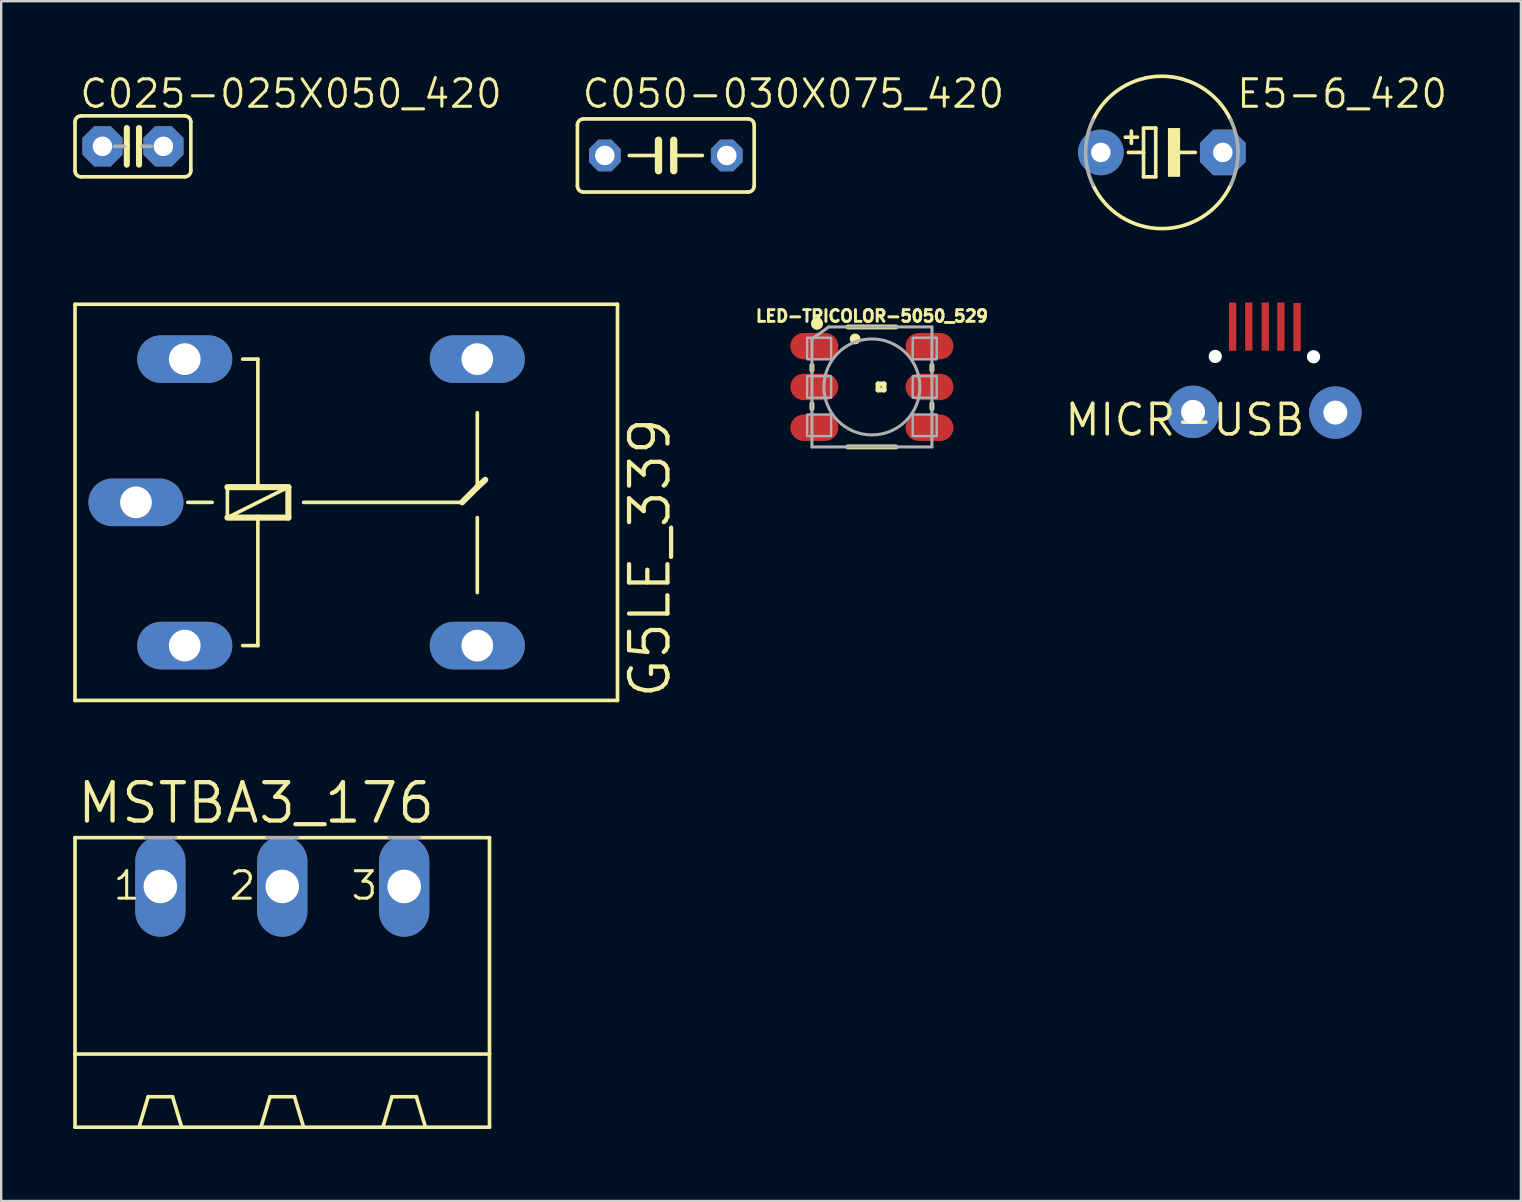
<source format=kicad_pcb>
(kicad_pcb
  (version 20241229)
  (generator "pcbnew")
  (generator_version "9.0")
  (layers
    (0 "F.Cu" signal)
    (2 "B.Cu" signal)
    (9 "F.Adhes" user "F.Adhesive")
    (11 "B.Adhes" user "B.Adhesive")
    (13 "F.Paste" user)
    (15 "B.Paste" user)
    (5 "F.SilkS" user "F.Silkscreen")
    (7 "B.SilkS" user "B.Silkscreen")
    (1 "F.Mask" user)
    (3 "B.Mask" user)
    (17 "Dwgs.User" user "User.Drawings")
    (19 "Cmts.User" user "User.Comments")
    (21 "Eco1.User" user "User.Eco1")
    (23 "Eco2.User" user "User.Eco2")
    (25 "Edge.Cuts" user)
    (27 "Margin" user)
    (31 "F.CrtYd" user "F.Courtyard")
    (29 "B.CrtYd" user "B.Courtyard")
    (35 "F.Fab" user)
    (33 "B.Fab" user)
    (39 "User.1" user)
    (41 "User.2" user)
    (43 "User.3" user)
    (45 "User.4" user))
  (footprint "E5-6_420"
    (layer "F.Cu")
    (at 45.365 3.302)
    (property "Reference" "E5-6_420" (at 3.048 -1.778 0) (unlocked yes) (layer "F.SilkS") (effects (font (size 1.143 1.143) (thickness 0.127)) (justify left bottom)))
    (fp_line (start -1.524 -0.635) (end -1.016 -0.635) (stroke (width 0.152) (type solid)) (layer "F.SilkS"))
    (fp_line (start -1.397 0) (end -0.762 0) (stroke (width 0.152) (type solid)) (layer "F.SilkS"))
    (fp_line (start -1.27 -0.381) (end -1.27 -0.889) (stroke (width 0.152) (type solid)) (layer "F.SilkS"))
    (fp_line (start -0.762 -1.016) (end -0.762 0) (stroke (width 0.152) (type solid)) (layer "F.SilkS"))
    (fp_line (start -0.762 0) (end -0.762 1.016) (stroke (width 0.152) (type solid)) (layer "F.SilkS"))
    (fp_line (start -0.762 1.016) (end -0.254 1.016) (stroke (width 0.152) (type solid)) (layer "F.SilkS"))
    (fp_line (start -0.254 -1.016) (end -0.762 -1.016) (stroke (width 0.152) (type solid)) (layer "F.SilkS"))
    (fp_line (start -0.254 1.016) (end -0.254 -1.016) (stroke (width 0.152) (type solid)) (layer "F.SilkS"))
    (fp_line (start 0.635 0) (end 1.397 0) (stroke (width 0.152) (type solid)) (layer "F.SilkS"))
    (fp_arc (start -2.8702 -1.3574) (mid 0 -3.174993) (end 2.8702 -1.3574) (stroke (width 0.1524) (type solid)) (layer "F.SilkS"))
    (fp_arc (start 2.8702 1.3574) (mid 0 3.174993) (end -2.8702 1.3574) (stroke (width 0.1524) (type solid)) (layer "F.SilkS"))
    (fp_poly (pts (xy 0.254 1.016) (xy 0.762 1.016) (xy 0.762 -1.016) (xy 0.254 -1.016)) (stroke (width 0) (type default)) (fill yes) (layer "F.SilkS"))
    (fp_arc (start -2.8702 1.3574) (mid -3.174993 0) (end -2.8702 -1.3574) (stroke (width 0.1524) (type solid)) (layer "F.Fab"))
    (fp_arc (start 2.8702 -1.3574) (mid 3.174993 0) (end 2.8702 1.3574) (stroke (width 0.1524) (type solid)) (layer "F.Fab"))
    (pad "+" thru_hole circle (at -2.54 0) (size 1.905 1.905) (drill 0.813) (layers "*.Cu" "*.Mask"))
    (pad "-" thru_hole roundrect (at 2.54 0) (size 1.905 1.905) (drill 0.813) (layers "*.Cu" "*.Mask") (roundrect_rratio 0.25) (chamfer_ratio 0.293) (chamfer top_left top_right bottom_left bottom_right)))
  (footprint "LED-TRICOLOR-5050_529"
    (layer "F.Cu")
    (at 33.284 13.074)
    (property "Reference" "LED-TRICOLOR-5050_529" (at 0 -2.667 0) (unlocked yes) (layer "F.SilkS") (effects (font (size 0.488 0.488) (thickness 0.122)) (justify bottom)))
    (fp_line (start -2.5 -0.7) (end -2.5 -0.9) (stroke (width 0.203) (type solid)) (layer "F.SilkS"))
    (fp_line (start -2.5 0.9) (end -2.5 0.7) (stroke (width 0.203) (type solid)) (layer "F.SilkS"))
    (fp_line (start -1 -2.5) (end 1 -2.5) (stroke (width 0.203) (type solid)) (layer "F.SilkS"))
    (fp_line (start -1 2.5) (end 1 2.5) (stroke (width 0.203) (type solid)) (layer "F.SilkS"))
    (fp_line (start 0.254 -0.127) (end 0.508 -0.127) (stroke (width 0.203) (type solid)) (layer "F.SilkS"))
    (fp_line (start 0.254 0.127) (end 0.254 -0.127) (stroke (width 0.203) (type solid)) (layer "F.SilkS"))
    (fp_line (start 0.508 -0.127) (end 0.508 0.127) (stroke (width 0.203) (type solid)) (layer "F.SilkS"))
    (fp_line (start 0.508 0.127) (end 0.254 0.127) (stroke (width 0.203) (type solid)) (layer "F.SilkS"))
    (fp_line (start 2.5 -0.7) (end 2.5 -0.9) (stroke (width 0.203) (type solid)) (layer "F.SilkS"))
    (fp_line (start 2.5 0.9) (end 2.5 0.7) (stroke (width 0.203) (type solid)) (layer "F.SilkS"))
    (fp_circle (center -2.288 -2.635) (end -2.16 -2.635) (stroke (width 0.254) (type solid)) (fill no) (layer "F.SilkS"))
    (fp_circle (center -0.7 -2) (end -0.588 -2) (stroke (width 0.224) (type solid)) (fill yes) (layer "F.SilkS"))
    (fp_line (start -2.5 -2) (end -1.8 -2.5) (stroke (width 0.127) (type solid)) (layer "F.Fab"))
    (fp_line (start -2.5 2.5) (end -2.5 -2) (stroke (width 0.127) (type solid)) (layer "F.Fab"))
    (fp_line (start -1.8 -2.5) (end 2.5 -2.5) (stroke (width 0.127) (type solid)) (layer "F.Fab"))
    (fp_line (start 2.5 -2.5) (end 2.5 2.5) (stroke (width 0.127) (type solid)) (layer "F.Fab"))
    (fp_line (start 2.5 2.5) (end -2.5 2.5) (stroke (width 0.127) (type solid)) (layer "F.Fab"))
    (fp_circle (center 0 0) (end 2 0) (stroke (width 0.127) (type solid)) (fill no) (layer "F.Fab"))
    (fp_poly (pts (xy -1.7 -2.05) (xy -2.7 -2.05) (xy -2.7 -1.15) (xy -1.7 -1.15)) (stroke (width 0.1) (type default)) (fill no) (layer "F.Fab"))
    (fp_poly (pts (xy -1.7 -0.45) (xy -2.7 -0.45) (xy -2.7 0.45) (xy -1.7 0.45)) (stroke (width 0.1) (type default)) (fill no) (layer "F.Fab"))
    (fp_poly (pts (xy -1.7 1.15) (xy -2.7 1.15) (xy -2.7 2.05) (xy -1.7 2.05)) (stroke (width 0.1) (type default)) (fill no) (layer "F.Fab"))
    (fp_poly (pts (xy 1.7 -1.15) (xy 2.7 -1.15) (xy 2.7 -2.05) (xy 1.7 -2.05)) (stroke (width 0.1) (type default)) (fill no) (layer "F.Fab"))
    (fp_poly (pts (xy 1.7 0.45) (xy 2.7 0.45) (xy 2.7 -0.45) (xy 1.7 -0.45)) (stroke (width 0.1) (type default)) (fill no) (layer "F.Fab"))
    (fp_poly (pts (xy 1.7 2.05) (xy 2.7 2.05) (xy 2.7 1.15) (xy 1.7 1.15)) (stroke (width 0.1) (type default)) (fill no) (layer "F.Fab"))
    (pad "1" smd roundrect (at -2.4 -1.7) (size 2 1.1) (layers "F.Cu" "F.Mask" "F.Paste") (roundrect_rratio 0.5))
    (pad "2" smd roundrect (at -2.4 0) (size 2 1.1) (layers "F.Cu" "F.Mask" "F.Paste") (roundrect_rratio 0.5))
    (pad "3" smd roundrect (at -2.4 1.7) (size 2 1.1) (layers "F.Cu" "F.Mask" "F.Paste") (roundrect_rratio 0.5))
    (pad "4" smd roundrect (at 2.4 1.7) (size 2 1.1) (layers "F.Cu" "F.Mask" "F.Paste") (roundrect_rratio 0.5))
    (pad "5" smd roundrect (at 2.4 0) (size 2 1.1) (layers "F.Cu" "F.Mask" "F.Paste") (roundrect_rratio 0.5))
    (pad "6" smd roundrect (at 2.4 -1.7) (size 2 1.1) (layers "F.Cu" "F.Mask" "F.Paste") (roundrect_rratio 0.5)))
  (footprint "MICR-USB"
    (layer "F.Cu")
    (at 46.324 14.449)
    (property "Reference" "MICR-USB" (at 0 0 0) (layer "F.SilkS") (effects (font (size 1.27 1.27) (thickness 0.15))))
    (fp_line (start 0.645 -0.058) (end 0.645 -0.041) (stroke (width 0.001) (type solid)) (layer "F.Cu"))
    (pad "" np_thru_hole circle (at 1.267 -2.646) (size 0.55 0.55) (drill 0.55) (layers "*.Cu" "*.Mask"))
    (pad "" np_thru_hole circle (at 5.363 -2.633) (size 0.55 0.55) (drill 0.55) (layers "*.Cu" "*.Mask"))
    (pad "P$1" thru_hole circle (at 0.343 -0.337 90) (size 2.184 2.184) (drill 1) (layers "*.Cu" "*.Mask"))
    (pad "P$2" thru_hole circle (at 6.273 -0.305 90) (size 2.184 2.184) (drill 1) (layers "*.Cu" "*.Mask"))
    (pad "P$3" smd rect (at 1.991 -3.887 90) (size 2.01 0.305) (layers "F.Cu" "F.Mask" "F.Paste"))
    (pad "P$4" smd rect (at 2.665 -3.891 90) (size 2.01 0.305) (layers "F.Cu" "F.Mask" "F.Paste"))
    (pad "P$5" smd rect (at 3.35 -3.891 90) (size 2.01 0.305) (layers "F.Cu" "F.Mask" "F.Paste"))
    (pad "P$6" smd rect (at 4.003 -3.887 90) (size 2.01 0.305) (layers "F.Cu" "F.Mask" "F.Paste"))
    (pad "P$7" smd rect (at 4.676 -3.871 90) (size 2.01 0.305) (layers "F.Cu" "F.Mask" "F.Paste")))
  (footprint "C025-025X050_420"
    (layer "F.Cu")
    (at 2.489 3.048)
    (property "Reference" "C025-025X050_420" (at -2.286 -1.524 0) (unlocked yes) (layer "F.SilkS") (effects (font (size 1.143 1.143) (thickness 0.127)) (justify left bottom)))
    (fp_line (start -2.413 -1.016) (end -2.413 1.016) (stroke (width 0.152) (type solid)) (layer "F.SilkS"))
    (fp_line (start -2.159 -1.27) (end 2.159 -1.27) (stroke (width 0.152) (type solid)) (layer "F.SilkS"))
    (fp_line (start -0.254 -0.762) (end -0.254 0) (stroke (width 0.254) (type solid)) (layer "F.SilkS"))
    (fp_line (start -0.254 0) (end -0.381 0) (stroke (width 0.152) (type solid)) (layer "F.SilkS"))
    (fp_line (start -0.254 0) (end -0.254 0.762) (stroke (width 0.254) (type solid)) (layer "F.SilkS"))
    (fp_line (start 0.254 0) (end 0.254 -0.762) (stroke (width 0.254) (type solid)) (layer "F.SilkS"))
    (fp_line (start 0.254 0) (end 0.254 0.762) (stroke (width 0.254) (type solid)) (layer "F.SilkS"))
    (fp_line (start 0.381 0) (end 0.254 0) (stroke (width 0.152) (type solid)) (layer "F.SilkS"))
    (fp_line (start 2.159 1.27) (end -2.159 1.27) (stroke (width 0.152) (type solid)) (layer "F.SilkS"))
    (fp_line (start 2.413 -1.016) (end 2.413 1.016) (stroke (width 0.152) (type solid)) (layer "F.SilkS"))
    (fp_arc (start -2.413 -1.016) (mid -2.338605 -1.195605) (end -2.159 -1.27) (stroke (width 0.1524) (type solid)) (layer "F.SilkS"))
    (fp_arc (start -2.159 1.27) (mid -2.338605 1.195605) (end -2.413 1.016) (stroke (width 0.1524) (type solid)) (layer "F.SilkS"))
    (fp_arc (start 2.159 -1.27) (mid 2.338605 -1.195605) (end 2.413 -1.016) (stroke (width 0.1524) (type solid)) (layer "F.SilkS"))
    (fp_arc (start 2.413 1.016) (mid 2.338605 1.195605) (end 2.159 1.27) (stroke (width 0.1524) (type solid)) (layer "F.SilkS"))
    (fp_line (start -0.381 0) (end -0.762 0) (stroke (width 0.152) (type solid)) (layer "F.Fab"))
    (fp_line (start 0.762 0) (end 0.381 0) (stroke (width 0.152) (type solid)) (layer "F.Fab"))
    (pad "1" thru_hole roundrect (at -1.27 0) (size 1.676 1.676) (drill 0.813) (layers "*.Cu" "*.Mask") (roundrect_rratio 0.25) (chamfer_ratio 0.293) (chamfer top_left top_right bottom_left bottom_right))
    (pad "2" thru_hole roundrect (at 1.27 0) (size 1.676 1.676) (drill 0.813) (layers "*.Cu" "*.Mask") (roundrect_rratio 0.25) (chamfer_ratio 0.293) (chamfer top_left top_right bottom_left bottom_right)))
  (footprint "C050-030X075_420"
    (layer "F.Cu")
    (at 24.695 3.429)
    (property "Reference" "C050-030X075_420" (at -3.556 -1.905 0) (unlocked yes) (layer "F.SilkS") (effects (font (size 1.143 1.143) (thickness 0.127)) (justify left bottom)))
    (fp_line (start -3.683 -1.27) (end -3.683 1.27) (stroke (width 0.152) (type solid)) (layer "F.SilkS"))
    (fp_line (start -3.429 1.524) (end 3.429 1.524) (stroke (width 0.152) (type solid)) (layer "F.SilkS"))
    (fp_line (start -0.305 -0.635) (end -0.305 0) (stroke (width 0.305) (type solid)) (layer "F.SilkS"))
    (fp_line (start -0.305 0) (end -1.524 0) (stroke (width 0.152) (type solid)) (layer "F.SilkS"))
    (fp_line (start -0.305 0) (end -0.305 0.635) (stroke (width 0.305) (type solid)) (layer "F.SilkS"))
    (fp_line (start 0.33 -0.635) (end 0.33 0) (stroke (width 0.305) (type solid)) (layer "F.SilkS"))
    (fp_line (start 0.33 0) (end 0.33 0.635) (stroke (width 0.305) (type solid)) (layer "F.SilkS"))
    (fp_line (start 0.33 0) (end 1.524 0) (stroke (width 0.152) (type solid)) (layer "F.SilkS"))
    (fp_line (start 3.429 -1.524) (end -3.429 -1.524) (stroke (width 0.152) (type solid)) (layer "F.SilkS"))
    (fp_line (start 3.683 1.27) (end 3.683 -1.27) (stroke (width 0.152) (type solid)) (layer "F.SilkS"))
    (fp_arc (start -3.683 -1.27) (mid -3.608605 -1.449605) (end -3.429 -1.524) (stroke (width 0.1524) (type solid)) (layer "F.SilkS"))
    (fp_arc (start -3.429 1.524) (mid -3.608605 1.449605) (end -3.683 1.27) (stroke (width 0.1524) (type solid)) (layer "F.SilkS"))
    (fp_arc (start 3.429 -1.524) (mid 3.608605 -1.449605) (end 3.683 -1.27) (stroke (width 0.1524) (type solid)) (layer "F.SilkS"))
    (fp_arc (start 3.683 1.27) (mid 3.608605 1.449605) (end 3.429 1.524) (stroke (width 0.1524) (type solid)) (layer "F.SilkS"))
    (pad "1" thru_hole roundrect (at -2.54 0) (size 1.321 1.321) (drill 0.813) (layers "*.Cu" "*.Mask") (roundrect_rratio 0.25) (chamfer_ratio 0.293) (chamfer top_left top_right bottom_left bottom_right))
    (pad "2" thru_hole roundrect (at 2.54 0) (size 1.321 1.321) (drill 0.813) (layers "*.Cu" "*.Mask") (roundrect_rratio 0.25) (chamfer_ratio 0.293) (chamfer top_left top_right bottom_left bottom_right)))
  (footprint "MSTBA3_176"
    (layer "F.Cu")
    (at 8.712 38.969)
    (property "Reference" "MSTBA3_176" (at -8.636 -7.62 0) (unlocked yes) (layer "F.SilkS") (effects (font (size 1.6 1.6) (thickness 0.178)) (justify left bottom)))
    (fp_line (start -8.636 -7.112) (end -8.636 1.905) (stroke (width 0.152) (type solid)) (layer "F.SilkS"))
    (fp_line (start -8.636 -7.112) (end -5.715 -7.112) (stroke (width 0.152) (type solid)) (layer "F.SilkS"))
    (fp_line (start -8.636 1.905) (end -8.636 4.953) (stroke (width 0.152) (type solid)) (layer "F.SilkS"))
    (fp_line (start -8.636 1.905) (end 8.636 1.905) (stroke (width 0.152) (type solid)) (layer "F.SilkS"))
    (fp_line (start -8.636 4.953) (end -5.969 4.953) (stroke (width 0.152) (type solid)) (layer "F.SilkS"))
    (fp_line (start -5.969 4.953) (end -5.588 3.683) (stroke (width 0.152) (type solid)) (layer "F.SilkS"))
    (fp_line (start -5.969 4.953) (end -4.191 4.953) (stroke (width 0.152) (type solid)) (layer "F.SilkS"))
    (fp_line (start -4.572 3.683) (end -5.588 3.683) (stroke (width 0.152) (type solid)) (layer "F.SilkS"))
    (fp_line (start -4.445 -7.112) (end -0.635 -7.112) (stroke (width 0.152) (type solid)) (layer "F.SilkS"))
    (fp_line (start -4.191 4.953) (end -4.572 3.683) (stroke (width 0.152) (type solid)) (layer "F.SilkS"))
    (fp_line (start -4.191 4.953) (end -0.889 4.953) (stroke (width 0.152) (type solid)) (layer "F.SilkS"))
    (fp_line (start -0.889 4.953) (end -0.508 3.683) (stroke (width 0.152) (type solid)) (layer "F.SilkS"))
    (fp_line (start -0.889 4.953) (end 0.889 4.953) (stroke (width 0.152) (type solid)) (layer "F.SilkS"))
    (fp_line (start -0.508 3.683) (end 0.508 3.683) (stroke (width 0.152) (type solid)) (layer "F.SilkS"))
    (fp_line (start 0.635 -7.112) (end 4.445 -7.112) (stroke (width 0.152) (type solid)) (layer "F.SilkS"))
    (fp_line (start 0.889 4.953) (end 0.508 3.683) (stroke (width 0.152) (type solid)) (layer "F.SilkS"))
    (fp_line (start 0.889 4.953) (end 4.191 4.953) (stroke (width 0.152) (type solid)) (layer "F.SilkS"))
    (fp_line (start 4.191 4.953) (end 4.572 3.683) (stroke (width 0.152) (type solid)) (layer "F.SilkS"))
    (fp_line (start 4.191 4.953) (end 5.969 4.953) (stroke (width 0.152) (type solid)) (layer "F.SilkS"))
    (fp_line (start 4.572 3.683) (end 5.588 3.683) (stroke (width 0.152) (type solid)) (layer "F.SilkS"))
    (fp_line (start 5.715 -7.112) (end 8.636 -7.112) (stroke (width 0.152) (type solid)) (layer "F.SilkS"))
    (fp_line (start 5.969 4.953) (end 5.588 3.683) (stroke (width 0.152) (type solid)) (layer "F.SilkS"))
    (fp_line (start 5.969 4.953) (end 8.636 4.953) (stroke (width 0.152) (type solid)) (layer "F.SilkS"))
    (fp_line (start 8.636 -7.112) (end 8.636 1.905) (stroke (width 0.152) (type solid)) (layer "F.SilkS"))
    (fp_line (start 8.636 1.905) (end 8.636 4.953) (stroke (width 0.152) (type solid)) (layer "F.SilkS"))
    (fp_line (start -5.715 -7.112) (end -4.445 -7.112) (stroke (width 0.152) (type solid)) (layer "F.Fab"))
    (fp_line (start -0.635 -7.112) (end 0.635 -7.112) (stroke (width 0.152) (type solid)) (layer "F.Fab"))
    (fp_line (start 4.445 -7.112) (end 5.715 -7.112) (stroke (width 0.152) (type solid)) (layer "F.Fab"))
    (fp_text user "2" (at -2.286 -4.445 0) (unlocked yes) (layer "F.SilkS") (effects (font (size 1.143 1.143) (thickness 0.127)) (justify left bottom)))
    (fp_text user "1" (at -7.112 -4.445 0) (unlocked yes) (layer "F.SilkS") (effects (font (size 1.143 1.143) (thickness 0.127)) (justify left bottom)))
    (fp_text user "3" (at 2.794 -4.445 0) (unlocked yes) (layer "F.SilkS") (effects (font (size 1.143 1.143) (thickness 0.127)) (justify left bottom)))
    (pad "1" thru_hole oval (at -5.08 -5.08 90) (size 4.191 2.095) (drill 1.397) (layers "*.Cu" "*.Mask"))
    (pad "2" thru_hole oval (at 0 -5.08 90) (size 4.191 2.095) (drill 1.397) (layers "*.Cu" "*.Mask"))
    (pad "3" thru_hole oval (at 5.08 -5.08 90) (size 4.191 2.095) (drill 1.397) (layers "*.Cu" "*.Mask")))
  (footprint "G5LE_339"
    (layer "F.Cu")
    (at 12.141 17.884)
    (property "Reference" "G5LE_339" (at 12.827 8.255 90) (unlocked yes) (layer "F.SilkS") (effects (font (size 1.6 1.6) (thickness 0.178)) (justify left bottom)))
    (fp_line (start -12.065 -8.255) (end -12.065 8.255) (stroke (width 0.152) (type solid)) (layer "F.SilkS"))
    (fp_line (start -12.065 -8.255) (end 10.541 -8.255) (stroke (width 0.152) (type solid)) (layer "F.SilkS"))
    (fp_line (start -7.366 0) (end -6.35 0) (stroke (width 0.152) (type solid)) (layer "F.SilkS"))
    (fp_line (start -5.715 -0.635) (end -5.715 0.635) (stroke (width 0.152) (type solid)) (layer "F.SilkS"))
    (fp_line (start -5.715 0.635) (end -4.445 0.635) (stroke (width 0.254) (type solid)) (layer "F.SilkS"))
    (fp_line (start -5.715 0.635) (end -3.175 -0.635) (stroke (width 0.152) (type solid)) (layer "F.SilkS"))
    (fp_line (start -5.08 -5.969) (end -4.445 -5.969) (stroke (width 0.152) (type solid)) (layer "F.SilkS"))
    (fp_line (start -4.445 -5.969) (end -4.445 -0.635) (stroke (width 0.152) (type solid)) (layer "F.SilkS"))
    (fp_line (start -4.445 -0.635) (end -5.715 -0.635) (stroke (width 0.254) (type solid)) (layer "F.SilkS"))
    (fp_line (start -4.445 0.635) (end -4.445 5.969) (stroke (width 0.152) (type solid)) (layer "F.SilkS"))
    (fp_line (start -4.445 0.635) (end -3.175 0.635) (stroke (width 0.254) (type solid)) (layer "F.SilkS"))
    (fp_line (start -4.445 5.969) (end -5.08 5.969) (stroke (width 0.152) (type solid)) (layer "F.SilkS"))
    (fp_line (start -3.175 -0.635) (end -4.445 -0.635) (stroke (width 0.254) (type solid)) (layer "F.SilkS"))
    (fp_line (start -3.175 0.635) (end -3.175 -0.635) (stroke (width 0.254) (type solid)) (layer "F.SilkS"))
    (fp_line (start -2.54 0) (end 4.064 0) (stroke (width 0.152) (type solid)) (layer "F.SilkS"))
    (fp_line (start 4.064 0) (end 4.699 -0.635) (stroke (width 0.254) (type solid)) (layer "F.SilkS"))
    (fp_line (start 4.699 -3.734) (end 4.699 -0.635) (stroke (width 0.152) (type solid)) (layer "F.SilkS"))
    (fp_line (start 4.699 -0.635) (end 5.029 -0.94) (stroke (width 0.254) (type solid)) (layer "F.SilkS"))
    (fp_line (start 4.699 0.635) (end 4.699 3.759) (stroke (width 0.152) (type solid)) (layer "F.SilkS"))
    (fp_line (start 10.541 8.255) (end -12.065 8.255) (stroke (width 0.152) (type solid)) (layer "F.SilkS"))
    (fp_line (start 10.541 8.255) (end 10.541 -8.255) (stroke (width 0.152) (type solid)) (layer "F.SilkS"))
    (pad "1" thru_hole oval (at -7.493 5.969) (size 3.962 1.981) (drill 1.321) (layers "*.Cu" "*.Mask"))
    (pad "2" thru_hole oval (at -7.493 -5.969) (size 3.962 1.981) (drill 1.321) (layers "*.Cu" "*.Mask"))
    (pad "O" thru_hole oval (at 4.699 -5.969) (size 3.962 1.981) (drill 1.321) (layers "*.Cu" "*.Mask"))
    (pad "P" thru_hole oval (at -9.525 0) (size 3.962 1.981) (drill 1.321) (layers "*.Cu" "*.Mask"))
    (pad "S" thru_hole oval (at 4.699 5.969) (size 3.962 1.981) (drill 1.321) (layers "*.Cu" "*.Mask")))
  (gr_rect
    (start -3 -3)
    (end 60.328 46.998)
    (stroke (width 0.1) (type default))
    (fill no)
    (layer "Edge.Cuts")))
</source>
